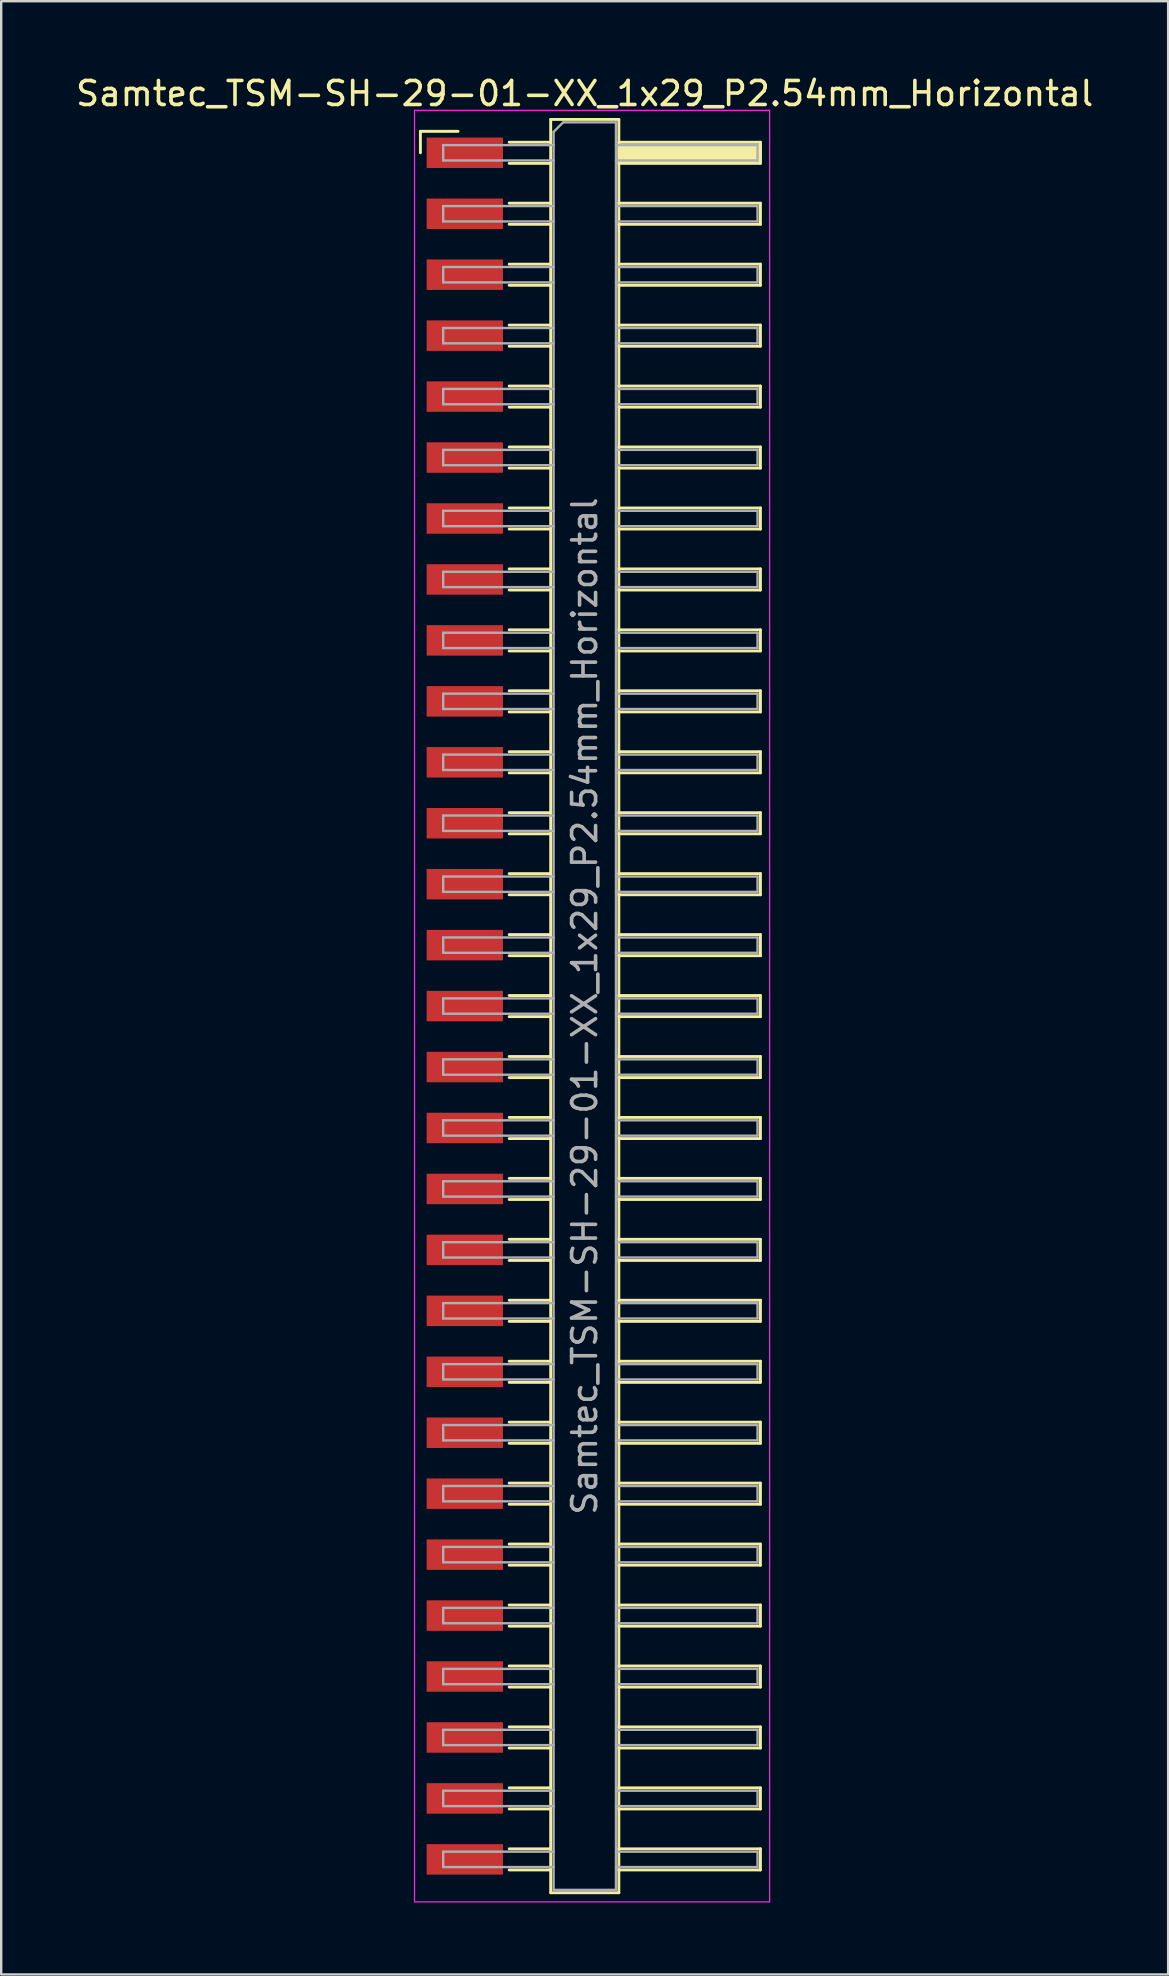
<source format=kicad_pcb>
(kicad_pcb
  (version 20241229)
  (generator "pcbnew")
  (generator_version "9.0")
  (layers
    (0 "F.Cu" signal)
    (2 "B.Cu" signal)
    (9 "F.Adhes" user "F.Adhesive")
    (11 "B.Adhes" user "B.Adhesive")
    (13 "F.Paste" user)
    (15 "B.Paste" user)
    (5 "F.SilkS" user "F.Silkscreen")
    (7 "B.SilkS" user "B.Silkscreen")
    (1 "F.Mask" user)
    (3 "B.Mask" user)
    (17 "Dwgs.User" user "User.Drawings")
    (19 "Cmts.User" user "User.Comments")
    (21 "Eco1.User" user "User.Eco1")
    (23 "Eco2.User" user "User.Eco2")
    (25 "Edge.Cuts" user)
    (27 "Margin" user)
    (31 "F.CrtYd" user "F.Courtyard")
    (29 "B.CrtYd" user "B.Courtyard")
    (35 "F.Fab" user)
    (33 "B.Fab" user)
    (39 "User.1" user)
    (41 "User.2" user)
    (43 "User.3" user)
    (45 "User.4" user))
  (footprint "Samtec_TSM-SH-29-01-XX_1x29_P2.54mm_Horizontal"
    (layer "F.Cu")
    (at 21.505 38.878)
    (property "Reference" "Samtec_TSM-SH-29-01-XX_1x29_P2.54mm_Horizontal" (at -0.19 -38.03 0) (layer "F.SilkS") (effects (font (size 1 1) (thickness 0.15))))
    (attr smd)
    (fp_line (start -7.035 -36.455) (end -5.465 -36.455) (stroke (width 0.12) (type solid)) (layer "F.SilkS"))
    (fp_line (start -7.035 -35.56) (end -7.035 -36.455) (stroke (width 0.12) (type solid)) (layer "F.SilkS"))
    (fp_line (start -3.335 -36) (end -1.605 -36) (stroke (width 0.12) (type solid)) (layer "F.SilkS"))
    (fp_line (start -3.335 -35.12) (end -1.605 -35.12) (stroke (width 0.12) (type solid)) (layer "F.SilkS"))
    (fp_line (start -3.335 -33.46) (end -1.605 -33.46) (stroke (width 0.12) (type solid)) (layer "F.SilkS"))
    (fp_line (start -3.335 -32.58) (end -1.605 -32.58) (stroke (width 0.12) (type solid)) (layer "F.SilkS"))
    (fp_line (start -3.335 -30.92) (end -1.605 -30.92) (stroke (width 0.12) (type solid)) (layer "F.SilkS"))
    (fp_line (start -3.335 -30.04) (end -1.605 -30.04) (stroke (width 0.12) (type solid)) (layer "F.SilkS"))
    (fp_line (start -3.335 -28.38) (end -1.605 -28.38) (stroke (width 0.12) (type solid)) (layer "F.SilkS"))
    (fp_line (start -3.335 -27.5) (end -1.605 -27.5) (stroke (width 0.12) (type solid)) (layer "F.SilkS"))
    (fp_line (start -3.335 -25.84) (end -1.605 -25.84) (stroke (width 0.12) (type solid)) (layer "F.SilkS"))
    (fp_line (start -3.335 -24.96) (end -1.605 -24.96) (stroke (width 0.12) (type solid)) (layer "F.SilkS"))
    (fp_line (start -3.335 -23.3) (end -1.605 -23.3) (stroke (width 0.12) (type solid)) (layer "F.SilkS"))
    (fp_line (start -3.335 -22.42) (end -1.605 -22.42) (stroke (width 0.12) (type solid)) (layer "F.SilkS"))
    (fp_line (start -3.335 -20.76) (end -1.605 -20.76) (stroke (width 0.12) (type solid)) (layer "F.SilkS"))
    (fp_line (start -3.335 -19.88) (end -1.605 -19.88) (stroke (width 0.12) (type solid)) (layer "F.SilkS"))
    (fp_line (start -3.335 -18.22) (end -1.605 -18.22) (stroke (width 0.12) (type solid)) (layer "F.SilkS"))
    (fp_line (start -3.335 -17.34) (end -1.605 -17.34) (stroke (width 0.12) (type solid)) (layer "F.SilkS"))
    (fp_line (start -3.335 -15.68) (end -1.605 -15.68) (stroke (width 0.12) (type solid)) (layer "F.SilkS"))
    (fp_line (start -3.335 -14.8) (end -1.605 -14.8) (stroke (width 0.12) (type solid)) (layer "F.SilkS"))
    (fp_line (start -3.335 -13.14) (end -1.605 -13.14) (stroke (width 0.12) (type solid)) (layer "F.SilkS"))
    (fp_line (start -3.335 -12.26) (end -1.605 -12.26) (stroke (width 0.12) (type solid)) (layer "F.SilkS"))
    (fp_line (start -3.335 -10.6) (end -1.605 -10.6) (stroke (width 0.12) (type solid)) (layer "F.SilkS"))
    (fp_line (start -3.335 -9.72) (end -1.605 -9.72) (stroke (width 0.12) (type solid)) (layer "F.SilkS"))
    (fp_line (start -3.335 -8.06) (end -1.605 -8.06) (stroke (width 0.12) (type solid)) (layer "F.SilkS"))
    (fp_line (start -3.335 -7.18) (end -1.605 -7.18) (stroke (width 0.12) (type solid)) (layer "F.SilkS"))
    (fp_line (start -3.335 -5.52) (end -1.605 -5.52) (stroke (width 0.12) (type solid)) (layer "F.SilkS"))
    (fp_line (start -3.335 -4.64) (end -1.605 -4.64) (stroke (width 0.12) (type solid)) (layer "F.SilkS"))
    (fp_line (start -3.335 -2.98) (end -1.605 -2.98) (stroke (width 0.12) (type solid)) (layer "F.SilkS"))
    (fp_line (start -3.335 -2.1) (end -1.605 -2.1) (stroke (width 0.12) (type solid)) (layer "F.SilkS"))
    (fp_line (start -3.335 -0.44) (end -1.605 -0.44) (stroke (width 0.12) (type solid)) (layer "F.SilkS"))
    (fp_line (start -3.335 0.44) (end -1.605 0.44) (stroke (width 0.12) (type solid)) (layer "F.SilkS"))
    (fp_line (start -3.335 2.1) (end -1.605 2.1) (stroke (width 0.12) (type solid)) (layer "F.SilkS"))
    (fp_line (start -3.335 2.98) (end -1.605 2.98) (stroke (width 0.12) (type solid)) (layer "F.SilkS"))
    (fp_line (start -3.335 4.64) (end -1.605 4.64) (stroke (width 0.12) (type solid)) (layer "F.SilkS"))
    (fp_line (start -3.335 5.52) (end -1.605 5.52) (stroke (width 0.12) (type solid)) (layer "F.SilkS"))
    (fp_line (start -3.335 7.18) (end -1.605 7.18) (stroke (width 0.12) (type solid)) (layer "F.SilkS"))
    (fp_line (start -3.335 8.06) (end -1.605 8.06) (stroke (width 0.12) (type solid)) (layer "F.SilkS"))
    (fp_line (start -3.335 9.72) (end -1.605 9.72) (stroke (width 0.12) (type solid)) (layer "F.SilkS"))
    (fp_line (start -3.335 10.6) (end -1.605 10.6) (stroke (width 0.12) (type solid)) (layer "F.SilkS"))
    (fp_line (start -3.335 12.26) (end -1.605 12.26) (stroke (width 0.12) (type solid)) (layer "F.SilkS"))
    (fp_line (start -3.335 13.14) (end -1.605 13.14) (stroke (width 0.12) (type solid)) (layer "F.SilkS"))
    (fp_line (start -3.335 14.8) (end -1.605 14.8) (stroke (width 0.12) (type solid)) (layer "F.SilkS"))
    (fp_line (start -3.335 15.68) (end -1.605 15.68) (stroke (width 0.12) (type solid)) (layer "F.SilkS"))
    (fp_line (start -3.335 17.34) (end -1.605 17.34) (stroke (width 0.12) (type solid)) (layer "F.SilkS"))
    (fp_line (start -3.335 18.22) (end -1.605 18.22) (stroke (width 0.12) (type solid)) (layer "F.SilkS"))
    (fp_line (start -3.335 19.88) (end -1.605 19.88) (stroke (width 0.12) (type solid)) (layer "F.SilkS"))
    (fp_line (start -3.335 20.76) (end -1.605 20.76) (stroke (width 0.12) (type solid)) (layer "F.SilkS"))
    (fp_line (start -3.335 22.42) (end -1.605 22.42) (stroke (width 0.12) (type solid)) (layer "F.SilkS"))
    (fp_line (start -3.335 23.3) (end -1.605 23.3) (stroke (width 0.12) (type solid)) (layer "F.SilkS"))
    (fp_line (start -3.335 24.96) (end -1.605 24.96) (stroke (width 0.12) (type solid)) (layer "F.SilkS"))
    (fp_line (start -3.335 25.84) (end -1.605 25.84) (stroke (width 0.12) (type solid)) (layer "F.SilkS"))
    (fp_line (start -3.335 27.5) (end -1.605 27.5) (stroke (width 0.12) (type solid)) (layer "F.SilkS"))
    (fp_line (start -3.335 28.38) (end -1.605 28.38) (stroke (width 0.12) (type solid)) (layer "F.SilkS"))
    (fp_line (start -3.335 30.04) (end -1.605 30.04) (stroke (width 0.12) (type solid)) (layer "F.SilkS"))
    (fp_line (start -3.335 30.92) (end -1.605 30.92) (stroke (width 0.12) (type solid)) (layer "F.SilkS"))
    (fp_line (start -3.335 32.58) (end -1.605 32.58) (stroke (width 0.12) (type solid)) (layer "F.SilkS"))
    (fp_line (start -3.335 33.46) (end -1.605 33.46) (stroke (width 0.12) (type solid)) (layer "F.SilkS"))
    (fp_line (start -3.335 35.12) (end -1.605 35.12) (stroke (width 0.12) (type solid)) (layer "F.SilkS"))
    (fp_line (start -3.335 36) (end -1.605 36) (stroke (width 0.12) (type solid)) (layer "F.SilkS"))
    (fp_line (start -1.605 -36.95) (end 1.235 -36.95) (stroke (width 0.12) (type solid)) (layer "F.SilkS"))
    (fp_line (start -1.605 36.95) (end -1.605 -36.95) (stroke (width 0.12) (type solid)) (layer "F.SilkS"))
    (fp_line (start 1.235 -36.95) (end 1.235 36.95) (stroke (width 0.12) (type solid)) (layer "F.SilkS"))
    (fp_line (start 1.235 -36) (end 7.135 -36) (stroke (width 0.12) (type solid)) (layer "F.SilkS"))
    (fp_line (start 1.235 -33.46) (end 7.135 -33.46) (stroke (width 0.12) (type solid)) (layer "F.SilkS"))
    (fp_line (start 1.235 -30.92) (end 7.135 -30.92) (stroke (width 0.12) (type solid)) (layer "F.SilkS"))
    (fp_line (start 1.235 -28.38) (end 7.135 -28.38) (stroke (width 0.12) (type solid)) (layer "F.SilkS"))
    (fp_line (start 1.235 -25.84) (end 7.135 -25.84) (stroke (width 0.12) (type solid)) (layer "F.SilkS"))
    (fp_line (start 1.235 -23.3) (end 7.135 -23.3) (stroke (width 0.12) (type solid)) (layer "F.SilkS"))
    (fp_line (start 1.235 -20.76) (end 7.135 -20.76) (stroke (width 0.12) (type solid)) (layer "F.SilkS"))
    (fp_line (start 1.235 -18.22) (end 7.135 -18.22) (stroke (width 0.12) (type solid)) (layer "F.SilkS"))
    (fp_line (start 1.235 -15.68) (end 7.135 -15.68) (stroke (width 0.12) (type solid)) (layer "F.SilkS"))
    (fp_line (start 1.235 -13.14) (end 7.135 -13.14) (stroke (width 0.12) (type solid)) (layer "F.SilkS"))
    (fp_line (start 1.235 -10.6) (end 7.135 -10.6) (stroke (width 0.12) (type solid)) (layer "F.SilkS"))
    (fp_line (start 1.235 -8.06) (end 7.135 -8.06) (stroke (width 0.12) (type solid)) (layer "F.SilkS"))
    (fp_line (start 1.235 -5.52) (end 7.135 -5.52) (stroke (width 0.12) (type solid)) (layer "F.SilkS"))
    (fp_line (start 1.235 -2.98) (end 7.135 -2.98) (stroke (width 0.12) (type solid)) (layer "F.SilkS"))
    (fp_line (start 1.235 -0.44) (end 7.135 -0.44) (stroke (width 0.12) (type solid)) (layer "F.SilkS"))
    (fp_line (start 1.235 2.1) (end 7.135 2.1) (stroke (width 0.12) (type solid)) (layer "F.SilkS"))
    (fp_line (start 1.235 4.64) (end 7.135 4.64) (stroke (width 0.12) (type solid)) (layer "F.SilkS"))
    (fp_line (start 1.235 7.18) (end 7.135 7.18) (stroke (width 0.12) (type solid)) (layer "F.SilkS"))
    (fp_line (start 1.235 9.72) (end 7.135 9.72) (stroke (width 0.12) (type solid)) (layer "F.SilkS"))
    (fp_line (start 1.235 12.26) (end 7.135 12.26) (stroke (width 0.12) (type solid)) (layer "F.SilkS"))
    (fp_line (start 1.235 14.8) (end 7.135 14.8) (stroke (width 0.12) (type solid)) (layer "F.SilkS"))
    (fp_line (start 1.235 17.34) (end 7.135 17.34) (stroke (width 0.12) (type solid)) (layer "F.SilkS"))
    (fp_line (start 1.235 19.88) (end 7.135 19.88) (stroke (width 0.12) (type solid)) (layer "F.SilkS"))
    (fp_line (start 1.235 22.42) (end 7.135 22.42) (stroke (width 0.12) (type solid)) (layer "F.SilkS"))
    (fp_line (start 1.235 24.96) (end 7.135 24.96) (stroke (width 0.12) (type solid)) (layer "F.SilkS"))
    (fp_line (start 1.235 27.5) (end 7.135 27.5) (stroke (width 0.12) (type solid)) (layer "F.SilkS"))
    (fp_line (start 1.235 30.04) (end 7.135 30.04) (stroke (width 0.12) (type solid)) (layer "F.SilkS"))
    (fp_line (start 1.235 32.58) (end 7.135 32.58) (stroke (width 0.12) (type solid)) (layer "F.SilkS"))
    (fp_line (start 1.235 35.12) (end 7.135 35.12) (stroke (width 0.12) (type solid)) (layer "F.SilkS"))
    (fp_line (start 1.235 36.95) (end -1.605 36.95) (stroke (width 0.12) (type solid)) (layer "F.SilkS"))
    (fp_line (start 7.135 -36) (end 7.135 -35.12) (stroke (width 0.12) (type solid)) (layer "F.SilkS"))
    (fp_line (start 7.135 -35.12) (end 1.235 -35.12) (stroke (width 0.12) (type solid)) (layer "F.SilkS"))
    (fp_line (start 7.135 -33.46) (end 7.135 -32.58) (stroke (width 0.12) (type solid)) (layer "F.SilkS"))
    (fp_line (start 7.135 -32.58) (end 1.235 -32.58) (stroke (width 0.12) (type solid)) (layer "F.SilkS"))
    (fp_line (start 7.135 -30.92) (end 7.135 -30.04) (stroke (width 0.12) (type solid)) (layer "F.SilkS"))
    (fp_line (start 7.135 -30.04) (end 1.235 -30.04) (stroke (width 0.12) (type solid)) (layer "F.SilkS"))
    (fp_line (start 7.135 -28.38) (end 7.135 -27.5) (stroke (width 0.12) (type solid)) (layer "F.SilkS"))
    (fp_line (start 7.135 -27.5) (end 1.235 -27.5) (stroke (width 0.12) (type solid)) (layer "F.SilkS"))
    (fp_line (start 7.135 -25.84) (end 7.135 -24.96) (stroke (width 0.12) (type solid)) (layer "F.SilkS"))
    (fp_line (start 7.135 -24.96) (end 1.235 -24.96) (stroke (width 0.12) (type solid)) (layer "F.SilkS"))
    (fp_line (start 7.135 -23.3) (end 7.135 -22.42) (stroke (width 0.12) (type solid)) (layer "F.SilkS"))
    (fp_line (start 7.135 -22.42) (end 1.235 -22.42) (stroke (width 0.12) (type solid)) (layer "F.SilkS"))
    (fp_line (start 7.135 -20.76) (end 7.135 -19.88) (stroke (width 0.12) (type solid)) (layer "F.SilkS"))
    (fp_line (start 7.135 -19.88) (end 1.235 -19.88) (stroke (width 0.12) (type solid)) (layer "F.SilkS"))
    (fp_line (start 7.135 -18.22) (end 7.135 -17.34) (stroke (width 0.12) (type solid)) (layer "F.SilkS"))
    (fp_line (start 7.135 -17.34) (end 1.235 -17.34) (stroke (width 0.12) (type solid)) (layer "F.SilkS"))
    (fp_line (start 7.135 -15.68) (end 7.135 -14.8) (stroke (width 0.12) (type solid)) (layer "F.SilkS"))
    (fp_line (start 7.135 -14.8) (end 1.235 -14.8) (stroke (width 0.12) (type solid)) (layer "F.SilkS"))
    (fp_line (start 7.135 -13.14) (end 7.135 -12.26) (stroke (width 0.12) (type solid)) (layer "F.SilkS"))
    (fp_line (start 7.135 -12.26) (end 1.235 -12.26) (stroke (width 0.12) (type solid)) (layer "F.SilkS"))
    (fp_line (start 7.135 -10.6) (end 7.135 -9.72) (stroke (width 0.12) (type solid)) (layer "F.SilkS"))
    (fp_line (start 7.135 -9.72) (end 1.235 -9.72) (stroke (width 0.12) (type solid)) (layer "F.SilkS"))
    (fp_line (start 7.135 -8.06) (end 7.135 -7.18) (stroke (width 0.12) (type solid)) (layer "F.SilkS"))
    (fp_line (start 7.135 -7.18) (end 1.235 -7.18) (stroke (width 0.12) (type solid)) (layer "F.SilkS"))
    (fp_line (start 7.135 -5.52) (end 7.135 -4.64) (stroke (width 0.12) (type solid)) (layer "F.SilkS"))
    (fp_line (start 7.135 -4.64) (end 1.235 -4.64) (stroke (width 0.12) (type solid)) (layer "F.SilkS"))
    (fp_line (start 7.135 -2.98) (end 7.135 -2.1) (stroke (width 0.12) (type solid)) (layer "F.SilkS"))
    (fp_line (start 7.135 -2.1) (end 1.235 -2.1) (stroke (width 0.12) (type solid)) (layer "F.SilkS"))
    (fp_line (start 7.135 -0.44) (end 7.135 0.44) (stroke (width 0.12) (type solid)) (layer "F.SilkS"))
    (fp_line (start 7.135 0.44) (end 1.235 0.44) (stroke (width 0.12) (type solid)) (layer "F.SilkS"))
    (fp_line (start 7.135 2.1) (end 7.135 2.98) (stroke (width 0.12) (type solid)) (layer "F.SilkS"))
    (fp_line (start 7.135 2.98) (end 1.235 2.98) (stroke (width 0.12) (type solid)) (layer "F.SilkS"))
    (fp_line (start 7.135 4.64) (end 7.135 5.52) (stroke (width 0.12) (type solid)) (layer "F.SilkS"))
    (fp_line (start 7.135 5.52) (end 1.235 5.52) (stroke (width 0.12) (type solid)) (layer "F.SilkS"))
    (fp_line (start 7.135 7.18) (end 7.135 8.06) (stroke (width 0.12) (type solid)) (layer "F.SilkS"))
    (fp_line (start 7.135 8.06) (end 1.235 8.06) (stroke (width 0.12) (type solid)) (layer "F.SilkS"))
    (fp_line (start 7.135 9.72) (end 7.135 10.6) (stroke (width 0.12) (type solid)) (layer "F.SilkS"))
    (fp_line (start 7.135 10.6) (end 1.235 10.6) (stroke (width 0.12) (type solid)) (layer "F.SilkS"))
    (fp_line (start 7.135 12.26) (end 7.135 13.14) (stroke (width 0.12) (type solid)) (layer "F.SilkS"))
    (fp_line (start 7.135 13.14) (end 1.235 13.14) (stroke (width 0.12) (type solid)) (layer "F.SilkS"))
    (fp_line (start 7.135 14.8) (end 7.135 15.68) (stroke (width 0.12) (type solid)) (layer "F.SilkS"))
    (fp_line (start 7.135 15.68) (end 1.235 15.68) (stroke (width 0.12) (type solid)) (layer "F.SilkS"))
    (fp_line (start 7.135 17.34) (end 7.135 18.22) (stroke (width 0.12) (type solid)) (layer "F.SilkS"))
    (fp_line (start 7.135 18.22) (end 1.235 18.22) (stroke (width 0.12) (type solid)) (layer "F.SilkS"))
    (fp_line (start 7.135 19.88) (end 7.135 20.76) (stroke (width 0.12) (type solid)) (layer "F.SilkS"))
    (fp_line (start 7.135 20.76) (end 1.235 20.76) (stroke (width 0.12) (type solid)) (layer "F.SilkS"))
    (fp_line (start 7.135 22.42) (end 7.135 23.3) (stroke (width 0.12) (type solid)) (layer "F.SilkS"))
    (fp_line (start 7.135 23.3) (end 1.235 23.3) (stroke (width 0.12) (type solid)) (layer "F.SilkS"))
    (fp_line (start 7.135 24.96) (end 7.135 25.84) (stroke (width 0.12) (type solid)) (layer "F.SilkS"))
    (fp_line (start 7.135 25.84) (end 1.235 25.84) (stroke (width 0.12) (type solid)) (layer "F.SilkS"))
    (fp_line (start 7.135 27.5) (end 7.135 28.38) (stroke (width 0.12) (type solid)) (layer "F.SilkS"))
    (fp_line (start 7.135 28.38) (end 1.235 28.38) (stroke (width 0.12) (type solid)) (layer "F.SilkS"))
    (fp_line (start 7.135 30.04) (end 7.135 30.92) (stroke (width 0.12) (type solid)) (layer "F.SilkS"))
    (fp_line (start 7.135 30.92) (end 1.235 30.92) (stroke (width 0.12) (type solid)) (layer "F.SilkS"))
    (fp_line (start 7.135 32.58) (end 7.135 33.46) (stroke (width 0.12) (type solid)) (layer "F.SilkS"))
    (fp_line (start 7.135 33.46) (end 1.235 33.46) (stroke (width 0.12) (type solid)) (layer "F.SilkS"))
    (fp_line (start 7.135 35.12) (end 7.135 36) (stroke (width 0.12) (type solid)) (layer "F.SilkS"))
    (fp_line (start 7.135 36) (end 1.235 36) (stroke (width 0.12) (type solid)) (layer "F.SilkS"))
    (fp_line (start -7.28 -37.33) (end 7.52 -37.33) (stroke (width 0.05) (type solid)) (layer "F.CrtYd"))
    (fp_line (start -7.28 37.33) (end -7.28 -37.33) (stroke (width 0.05) (type solid)) (layer "F.CrtYd"))
    (fp_line (start 7.52 -37.33) (end 7.52 37.33) (stroke (width 0.05) (type solid)) (layer "F.CrtYd"))
    (fp_line (start 7.52 37.33) (end -7.28 37.33) (stroke (width 0.05) (type solid)) (layer "F.CrtYd"))
    (fp_line (start -6.085 -35.88) (end -6.085 -35.24) (stroke (width 0.1) (type solid)) (layer "F.Fab"))
    (fp_line (start -6.085 -35.24) (end -1.485 -35.24) (stroke (width 0.1) (type solid)) (layer "F.Fab"))
    (fp_line (start -6.085 -33.34) (end -6.085 -32.7) (stroke (width 0.1) (type solid)) (layer "F.Fab"))
    (fp_line (start -6.085 -32.7) (end -1.485 -32.7) (stroke (width 0.1) (type solid)) (layer "F.Fab"))
    (fp_line (start -6.085 -30.8) (end -6.085 -30.16) (stroke (width 0.1) (type solid)) (layer "F.Fab"))
    (fp_line (start -6.085 -30.16) (end -1.485 -30.16) (stroke (width 0.1) (type solid)) (layer "F.Fab"))
    (fp_line (start -6.085 -28.26) (end -6.085 -27.62) (stroke (width 0.1) (type solid)) (layer "F.Fab"))
    (fp_line (start -6.085 -27.62) (end -1.485 -27.62) (stroke (width 0.1) (type solid)) (layer "F.Fab"))
    (fp_line (start -6.085 -25.72) (end -6.085 -25.08) (stroke (width 0.1) (type solid)) (layer "F.Fab"))
    (fp_line (start -6.085 -25.08) (end -1.485 -25.08) (stroke (width 0.1) (type solid)) (layer "F.Fab"))
    (fp_line (start -6.085 -23.18) (end -6.085 -22.54) (stroke (width 0.1) (type solid)) (layer "F.Fab"))
    (fp_line (start -6.085 -22.54) (end -1.485 -22.54) (stroke (width 0.1) (type solid)) (layer "F.Fab"))
    (fp_line (start -6.085 -20.64) (end -6.085 -20) (stroke (width 0.1) (type solid)) (layer "F.Fab"))
    (fp_line (start -6.085 -20) (end -1.485 -20) (stroke (width 0.1) (type solid)) (layer "F.Fab"))
    (fp_line (start -6.085 -18.1) (end -6.085 -17.46) (stroke (width 0.1) (type solid)) (layer "F.Fab"))
    (fp_line (start -6.085 -17.46) (end -1.485 -17.46) (stroke (width 0.1) (type solid)) (layer "F.Fab"))
    (fp_line (start -6.085 -15.56) (end -6.085 -14.92) (stroke (width 0.1) (type solid)) (layer "F.Fab"))
    (fp_line (start -6.085 -14.92) (end -1.485 -14.92) (stroke (width 0.1) (type solid)) (layer "F.Fab"))
    (fp_line (start -6.085 -13.02) (end -6.085 -12.38) (stroke (width 0.1) (type solid)) (layer "F.Fab"))
    (fp_line (start -6.085 -12.38) (end -1.485 -12.38) (stroke (width 0.1) (type solid)) (layer "F.Fab"))
    (fp_line (start -6.085 -10.48) (end -6.085 -9.84) (stroke (width 0.1) (type solid)) (layer "F.Fab"))
    (fp_line (start -6.085 -9.84) (end -1.485 -9.84) (stroke (width 0.1) (type solid)) (layer "F.Fab"))
    (fp_line (start -6.085 -7.94) (end -6.085 -7.3) (stroke (width 0.1) (type solid)) (layer "F.Fab"))
    (fp_line (start -6.085 -7.3) (end -1.485 -7.3) (stroke (width 0.1) (type solid)) (layer "F.Fab"))
    (fp_line (start -6.085 -5.4) (end -6.085 -4.76) (stroke (width 0.1) (type solid)) (layer "F.Fab"))
    (fp_line (start -6.085 -4.76) (end -1.485 -4.76) (stroke (width 0.1) (type solid)) (layer "F.Fab"))
    (fp_line (start -6.085 -2.86) (end -6.085 -2.22) (stroke (width 0.1) (type solid)) (layer "F.Fab"))
    (fp_line (start -6.085 -2.22) (end -1.485 -2.22) (stroke (width 0.1) (type solid)) (layer "F.Fab"))
    (fp_line (start -6.085 -0.32) (end -6.085 0.32) (stroke (width 0.1) (type solid)) (layer "F.Fab"))
    (fp_line (start -6.085 0.32) (end -1.485 0.32) (stroke (width 0.1) (type solid)) (layer "F.Fab"))
    (fp_line (start -6.085 2.22) (end -6.085 2.86) (stroke (width 0.1) (type solid)) (layer "F.Fab"))
    (fp_line (start -6.085 2.86) (end -1.485 2.86) (stroke (width 0.1) (type solid)) (layer "F.Fab"))
    (fp_line (start -6.085 4.76) (end -6.085 5.4) (stroke (width 0.1) (type solid)) (layer "F.Fab"))
    (fp_line (start -6.085 5.4) (end -1.485 5.4) (stroke (width 0.1) (type solid)) (layer "F.Fab"))
    (fp_line (start -6.085 7.3) (end -6.085 7.94) (stroke (width 0.1) (type solid)) (layer "F.Fab"))
    (fp_line (start -6.085 7.94) (end -1.485 7.94) (stroke (width 0.1) (type solid)) (layer "F.Fab"))
    (fp_line (start -6.085 9.84) (end -6.085 10.48) (stroke (width 0.1) (type solid)) (layer "F.Fab"))
    (fp_line (start -6.085 10.48) (end -1.485 10.48) (stroke (width 0.1) (type solid)) (layer "F.Fab"))
    (fp_line (start -6.085 12.38) (end -6.085 13.02) (stroke (width 0.1) (type solid)) (layer "F.Fab"))
    (fp_line (start -6.085 13.02) (end -1.485 13.02) (stroke (width 0.1) (type solid)) (layer "F.Fab"))
    (fp_line (start -6.085 14.92) (end -6.085 15.56) (stroke (width 0.1) (type solid)) (layer "F.Fab"))
    (fp_line (start -6.085 15.56) (end -1.485 15.56) (stroke (width 0.1) (type solid)) (layer "F.Fab"))
    (fp_line (start -6.085 17.46) (end -6.085 18.1) (stroke (width 0.1) (type solid)) (layer "F.Fab"))
    (fp_line (start -6.085 18.1) (end -1.485 18.1) (stroke (width 0.1) (type solid)) (layer "F.Fab"))
    (fp_line (start -6.085 20) (end -6.085 20.64) (stroke (width 0.1) (type solid)) (layer "F.Fab"))
    (fp_line (start -6.085 20.64) (end -1.485 20.64) (stroke (width 0.1) (type solid)) (layer "F.Fab"))
    (fp_line (start -6.085 22.54) (end -6.085 23.18) (stroke (width 0.1) (type solid)) (layer "F.Fab"))
    (fp_line (start -6.085 23.18) (end -1.485 23.18) (stroke (width 0.1) (type solid)) (layer "F.Fab"))
    (fp_line (start -6.085 25.08) (end -6.085 25.72) (stroke (width 0.1) (type solid)) (layer "F.Fab"))
    (fp_line (start -6.085 25.72) (end -1.485 25.72) (stroke (width 0.1) (type solid)) (layer "F.Fab"))
    (fp_line (start -6.085 27.62) (end -6.085 28.26) (stroke (width 0.1) (type solid)) (layer "F.Fab"))
    (fp_line (start -6.085 28.26) (end -1.485 28.26) (stroke (width 0.1) (type solid)) (layer "F.Fab"))
    (fp_line (start -6.085 30.16) (end -6.085 30.8) (stroke (width 0.1) (type solid)) (layer "F.Fab"))
    (fp_line (start -6.085 30.8) (end -1.485 30.8) (stroke (width 0.1) (type solid)) (layer "F.Fab"))
    (fp_line (start -6.085 32.7) (end -6.085 33.34) (stroke (width 0.1) (type solid)) (layer "F.Fab"))
    (fp_line (start -6.085 33.34) (end -1.485 33.34) (stroke (width 0.1) (type solid)) (layer "F.Fab"))
    (fp_line (start -6.085 35.24) (end -6.085 35.88) (stroke (width 0.1) (type solid)) (layer "F.Fab"))
    (fp_line (start -6.085 35.88) (end -1.485 35.88) (stroke (width 0.1) (type solid)) (layer "F.Fab"))
    (fp_line (start -1.485 -36.43) (end -1.085 -36.83) (stroke (width 0.1) (type solid)) (layer "F.Fab"))
    (fp_line (start -1.485 -35.88) (end -6.085 -35.88) (stroke (width 0.1) (type solid)) (layer "F.Fab"))
    (fp_line (start -1.485 -33.34) (end -6.085 -33.34) (stroke (width 0.1) (type solid)) (layer "F.Fab"))
    (fp_line (start -1.485 -30.8) (end -6.085 -30.8) (stroke (width 0.1) (type solid)) (layer "F.Fab"))
    (fp_line (start -1.485 -28.26) (end -6.085 -28.26) (stroke (width 0.1) (type solid)) (layer "F.Fab"))
    (fp_line (start -1.485 -25.72) (end -6.085 -25.72) (stroke (width 0.1) (type solid)) (layer "F.Fab"))
    (fp_line (start -1.485 -23.18) (end -6.085 -23.18) (stroke (width 0.1) (type solid)) (layer "F.Fab"))
    (fp_line (start -1.485 -20.64) (end -6.085 -20.64) (stroke (width 0.1) (type solid)) (layer "F.Fab"))
    (fp_line (start -1.485 -18.1) (end -6.085 -18.1) (stroke (width 0.1) (type solid)) (layer "F.Fab"))
    (fp_line (start -1.485 -15.56) (end -6.085 -15.56) (stroke (width 0.1) (type solid)) (layer "F.Fab"))
    (fp_line (start -1.485 -13.02) (end -6.085 -13.02) (stroke (width 0.1) (type solid)) (layer "F.Fab"))
    (fp_line (start -1.485 -10.48) (end -6.085 -10.48) (stroke (width 0.1) (type solid)) (layer "F.Fab"))
    (fp_line (start -1.485 -7.94) (end -6.085 -7.94) (stroke (width 0.1) (type solid)) (layer "F.Fab"))
    (fp_line (start -1.485 -5.4) (end -6.085 -5.4) (stroke (width 0.1) (type solid)) (layer "F.Fab"))
    (fp_line (start -1.485 -2.86) (end -6.085 -2.86) (stroke (width 0.1) (type solid)) (layer "F.Fab"))
    (fp_line (start -1.485 -0.32) (end -6.085 -0.32) (stroke (width 0.1) (type solid)) (layer "F.Fab"))
    (fp_line (start -1.485 2.22) (end -6.085 2.22) (stroke (width 0.1) (type solid)) (layer "F.Fab"))
    (fp_line (start -1.485 4.76) (end -6.085 4.76) (stroke (width 0.1) (type solid)) (layer "F.Fab"))
    (fp_line (start -1.485 7.3) (end -6.085 7.3) (stroke (width 0.1) (type solid)) (layer "F.Fab"))
    (fp_line (start -1.485 9.84) (end -6.085 9.84) (stroke (width 0.1) (type solid)) (layer "F.Fab"))
    (fp_line (start -1.485 12.38) (end -6.085 12.38) (stroke (width 0.1) (type solid)) (layer "F.Fab"))
    (fp_line (start -1.485 14.92) (end -6.085 14.92) (stroke (width 0.1) (type solid)) (layer "F.Fab"))
    (fp_line (start -1.485 17.46) (end -6.085 17.46) (stroke (width 0.1) (type solid)) (layer "F.Fab"))
    (fp_line (start -1.485 20) (end -6.085 20) (stroke (width 0.1) (type solid)) (layer "F.Fab"))
    (fp_line (start -1.485 22.54) (end -6.085 22.54) (stroke (width 0.1) (type solid)) (layer "F.Fab"))
    (fp_line (start -1.485 25.08) (end -6.085 25.08) (stroke (width 0.1) (type solid)) (layer "F.Fab"))
    (fp_line (start -1.485 27.62) (end -6.085 27.62) (stroke (width 0.1) (type solid)) (layer "F.Fab"))
    (fp_line (start -1.485 30.16) (end -6.085 30.16) (stroke (width 0.1) (type solid)) (layer "F.Fab"))
    (fp_line (start -1.485 32.7) (end -6.085 32.7) (stroke (width 0.1) (type solid)) (layer "F.Fab"))
    (fp_line (start -1.485 35.24) (end -6.085 35.24) (stroke (width 0.1) (type solid)) (layer "F.Fab"))
    (fp_line (start -1.485 36.83) (end -1.485 -36.43) (stroke (width 0.1) (type solid)) (layer "F.Fab"))
    (fp_line (start -1.085 -36.83) (end 1.115 -36.83) (stroke (width 0.1) (type solid)) (layer "F.Fab"))
    (fp_line (start 1.115 -36.83) (end 1.115 36.83) (stroke (width 0.1) (type solid)) (layer "F.Fab"))
    (fp_line (start 1.115 -35.88) (end 7.015 -35.88) (stroke (width 0.1) (type solid)) (layer "F.Fab"))
    (fp_line (start 1.115 -33.34) (end 7.015 -33.34) (stroke (width 0.1) (type solid)) (layer "F.Fab"))
    (fp_line (start 1.115 -30.8) (end 7.015 -30.8) (stroke (width 0.1) (type solid)) (layer "F.Fab"))
    (fp_line (start 1.115 -28.26) (end 7.015 -28.26) (stroke (width 0.1) (type solid)) (layer "F.Fab"))
    (fp_line (start 1.115 -25.72) (end 7.015 -25.72) (stroke (width 0.1) (type solid)) (layer "F.Fab"))
    (fp_line (start 1.115 -23.18) (end 7.015 -23.18) (stroke (width 0.1) (type solid)) (layer "F.Fab"))
    (fp_line (start 1.115 -20.64) (end 7.015 -20.64) (stroke (width 0.1) (type solid)) (layer "F.Fab"))
    (fp_line (start 1.115 -18.1) (end 7.015 -18.1) (stroke (width 0.1) (type solid)) (layer "F.Fab"))
    (fp_line (start 1.115 -15.56) (end 7.015 -15.56) (stroke (width 0.1) (type solid)) (layer "F.Fab"))
    (fp_line (start 1.115 -13.02) (end 7.015 -13.02) (stroke (width 0.1) (type solid)) (layer "F.Fab"))
    (fp_line (start 1.115 -10.48) (end 7.015 -10.48) (stroke (width 0.1) (type solid)) (layer "F.Fab"))
    (fp_line (start 1.115 -7.94) (end 7.015 -7.94) (stroke (width 0.1) (type solid)) (layer "F.Fab"))
    (fp_line (start 1.115 -5.4) (end 7.015 -5.4) (stroke (width 0.1) (type solid)) (layer "F.Fab"))
    (fp_line (start 1.115 -2.86) (end 7.015 -2.86) (stroke (width 0.1) (type solid)) (layer "F.Fab"))
    (fp_line (start 1.115 -0.32) (end 7.015 -0.32) (stroke (width 0.1) (type solid)) (layer "F.Fab"))
    (fp_line (start 1.115 2.22) (end 7.015 2.22) (stroke (width 0.1) (type solid)) (layer "F.Fab"))
    (fp_line (start 1.115 4.76) (end 7.015 4.76) (stroke (width 0.1) (type solid)) (layer "F.Fab"))
    (fp_line (start 1.115 7.3) (end 7.015 7.3) (stroke (width 0.1) (type solid)) (layer "F.Fab"))
    (fp_line (start 1.115 9.84) (end 7.015 9.84) (stroke (width 0.1) (type solid)) (layer "F.Fab"))
    (fp_line (start 1.115 12.38) (end 7.015 12.38) (stroke (width 0.1) (type solid)) (layer "F.Fab"))
    (fp_line (start 1.115 14.92) (end 7.015 14.92) (stroke (width 0.1) (type solid)) (layer "F.Fab"))
    (fp_line (start 1.115 17.46) (end 7.015 17.46) (stroke (width 0.1) (type solid)) (layer "F.Fab"))
    (fp_line (start 1.115 20) (end 7.015 20) (stroke (width 0.1) (type solid)) (layer "F.Fab"))
    (fp_line (start 1.115 22.54) (end 7.015 22.54) (stroke (width 0.1) (type solid)) (layer "F.Fab"))
    (fp_line (start 1.115 25.08) (end 7.015 25.08) (stroke (width 0.1) (type solid)) (layer "F.Fab"))
    (fp_line (start 1.115 27.62) (end 7.015 27.62) (stroke (width 0.1) (type solid)) (layer "F.Fab"))
    (fp_line (start 1.115 30.16) (end 7.015 30.16) (stroke (width 0.1) (type solid)) (layer "F.Fab"))
    (fp_line (start 1.115 32.7) (end 7.015 32.7) (stroke (width 0.1) (type solid)) (layer "F.Fab"))
    (fp_line (start 1.115 35.24) (end 7.015 35.24) (stroke (width 0.1) (type solid)) (layer "F.Fab"))
    (fp_line (start 1.115 36.83) (end -1.485 36.83) (stroke (width 0.1) (type solid)) (layer "F.Fab"))
    (fp_line (start 7.015 -35.88) (end 7.015 -35.24) (stroke (width 0.1) (type solid)) (layer "F.Fab"))
    (fp_line (start 7.015 -35.24) (end 1.115 -35.24) (stroke (width 0.1) (type solid)) (layer "F.Fab"))
    (fp_line (start 7.015 -33.34) (end 7.015 -32.7) (stroke (width 0.1) (type solid)) (layer "F.Fab"))
    (fp_line (start 7.015 -32.7) (end 1.115 -32.7) (stroke (width 0.1) (type solid)) (layer "F.Fab"))
    (fp_line (start 7.015 -30.8) (end 7.015 -30.16) (stroke (width 0.1) (type solid)) (layer "F.Fab"))
    (fp_line (start 7.015 -30.16) (end 1.115 -30.16) (stroke (width 0.1) (type solid)) (layer "F.Fab"))
    (fp_line (start 7.015 -28.26) (end 7.015 -27.62) (stroke (width 0.1) (type solid)) (layer "F.Fab"))
    (fp_line (start 7.015 -27.62) (end 1.115 -27.62) (stroke (width 0.1) (type solid)) (layer "F.Fab"))
    (fp_line (start 7.015 -25.72) (end 7.015 -25.08) (stroke (width 0.1) (type solid)) (layer "F.Fab"))
    (fp_line (start 7.015 -25.08) (end 1.115 -25.08) (stroke (width 0.1) (type solid)) (layer "F.Fab"))
    (fp_line (start 7.015 -23.18) (end 7.015 -22.54) (stroke (width 0.1) (type solid)) (layer "F.Fab"))
    (fp_line (start 7.015 -22.54) (end 1.115 -22.54) (stroke (width 0.1) (type solid)) (layer "F.Fab"))
    (fp_line (start 7.015 -20.64) (end 7.015 -20) (stroke (width 0.1) (type solid)) (layer "F.Fab"))
    (fp_line (start 7.015 -20) (end 1.115 -20) (stroke (width 0.1) (type solid)) (layer "F.Fab"))
    (fp_line (start 7.015 -18.1) (end 7.015 -17.46) (stroke (width 0.1) (type solid)) (layer "F.Fab"))
    (fp_line (start 7.015 -17.46) (end 1.115 -17.46) (stroke (width 0.1) (type solid)) (layer "F.Fab"))
    (fp_line (start 7.015 -15.56) (end 7.015 -14.92) (stroke (width 0.1) (type solid)) (layer "F.Fab"))
    (fp_line (start 7.015 -14.92) (end 1.115 -14.92) (stroke (width 0.1) (type solid)) (layer "F.Fab"))
    (fp_line (start 7.015 -13.02) (end 7.015 -12.38) (stroke (width 0.1) (type solid)) (layer "F.Fab"))
    (fp_line (start 7.015 -12.38) (end 1.115 -12.38) (stroke (width 0.1) (type solid)) (layer "F.Fab"))
    (fp_line (start 7.015 -10.48) (end 7.015 -9.84) (stroke (width 0.1) (type solid)) (layer "F.Fab"))
    (fp_line (start 7.015 -9.84) (end 1.115 -9.84) (stroke (width 0.1) (type solid)) (layer "F.Fab"))
    (fp_line (start 7.015 -7.94) (end 7.015 -7.3) (stroke (width 0.1) (type solid)) (layer "F.Fab"))
    (fp_line (start 7.015 -7.3) (end 1.115 -7.3) (stroke (width 0.1) (type solid)) (layer "F.Fab"))
    (fp_line (start 7.015 -5.4) (end 7.015 -4.76) (stroke (width 0.1) (type solid)) (layer "F.Fab"))
    (fp_line (start 7.015 -4.76) (end 1.115 -4.76) (stroke (width 0.1) (type solid)) (layer "F.Fab"))
    (fp_line (start 7.015 -2.86) (end 7.015 -2.22) (stroke (width 0.1) (type solid)) (layer "F.Fab"))
    (fp_line (start 7.015 -2.22) (end 1.115 -2.22) (stroke (width 0.1) (type solid)) (layer "F.Fab"))
    (fp_line (start 7.015 -0.32) (end 7.015 0.32) (stroke (width 0.1) (type solid)) (layer "F.Fab"))
    (fp_line (start 7.015 0.32) (end 1.115 0.32) (stroke (width 0.1) (type solid)) (layer "F.Fab"))
    (fp_line (start 7.015 2.22) (end 7.015 2.86) (stroke (width 0.1) (type solid)) (layer "F.Fab"))
    (fp_line (start 7.015 2.86) (end 1.115 2.86) (stroke (width 0.1) (type solid)) (layer "F.Fab"))
    (fp_line (start 7.015 4.76) (end 7.015 5.4) (stroke (width 0.1) (type solid)) (layer "F.Fab"))
    (fp_line (start 7.015 5.4) (end 1.115 5.4) (stroke (width 0.1) (type solid)) (layer "F.Fab"))
    (fp_line (start 7.015 7.3) (end 7.015 7.94) (stroke (width 0.1) (type solid)) (layer "F.Fab"))
    (fp_line (start 7.015 7.94) (end 1.115 7.94) (stroke (width 0.1) (type solid)) (layer "F.Fab"))
    (fp_line (start 7.015 9.84) (end 7.015 10.48) (stroke (width 0.1) (type solid)) (layer "F.Fab"))
    (fp_line (start 7.015 10.48) (end 1.115 10.48) (stroke (width 0.1) (type solid)) (layer "F.Fab"))
    (fp_line (start 7.015 12.38) (end 7.015 13.02) (stroke (width 0.1) (type solid)) (layer "F.Fab"))
    (fp_line (start 7.015 13.02) (end 1.115 13.02) (stroke (width 0.1) (type solid)) (layer "F.Fab"))
    (fp_line (start 7.015 14.92) (end 7.015 15.56) (stroke (width 0.1) (type solid)) (layer "F.Fab"))
    (fp_line (start 7.015 15.56) (end 1.115 15.56) (stroke (width 0.1) (type solid)) (layer "F.Fab"))
    (fp_line (start 7.015 17.46) (end 7.015 18.1) (stroke (width 0.1) (type solid)) (layer "F.Fab"))
    (fp_line (start 7.015 18.1) (end 1.115 18.1) (stroke (width 0.1) (type solid)) (layer "F.Fab"))
    (fp_line (start 7.015 20) (end 7.015 20.64) (stroke (width 0.1) (type solid)) (layer "F.Fab"))
    (fp_line (start 7.015 20.64) (end 1.115 20.64) (stroke (width 0.1) (type solid)) (layer "F.Fab"))
    (fp_line (start 7.015 22.54) (end 7.015 23.18) (stroke (width 0.1) (type solid)) (layer "F.Fab"))
    (fp_line (start 7.015 23.18) (end 1.115 23.18) (stroke (width 0.1) (type solid)) (layer "F.Fab"))
    (fp_line (start 7.015 25.08) (end 7.015 25.72) (stroke (width 0.1) (type solid)) (layer "F.Fab"))
    (fp_line (start 7.015 25.72) (end 1.115 25.72) (stroke (width 0.1) (type solid)) (layer "F.Fab"))
    (fp_line (start 7.015 27.62) (end 7.015 28.26) (stroke (width 0.1) (type solid)) (layer "F.Fab"))
    (fp_line (start 7.015 28.26) (end 1.115 28.26) (stroke (width 0.1) (type solid)) (layer "F.Fab"))
    (fp_line (start 7.015 30.16) (end 7.015 30.8) (stroke (width 0.1) (type solid)) (layer "F.Fab"))
    (fp_line (start 7.015 30.8) (end 1.115 30.8) (stroke (width 0.1) (type solid)) (layer "F.Fab"))
    (fp_line (start 7.015 32.7) (end 7.015 33.34) (stroke (width 0.1) (type solid)) (layer "F.Fab"))
    (fp_line (start 7.015 33.34) (end 1.115 33.34) (stroke (width 0.1) (type solid)) (layer "F.Fab"))
    (fp_line (start 7.015 35.24) (end 7.015 35.88) (stroke (width 0.1) (type solid)) (layer "F.Fab"))
    (fp_line (start 7.015 35.88) (end 1.115 35.88) (stroke (width 0.1) (type solid)) (layer "F.Fab"))
    (fp_text user "${REFERENCE}" (at -0.19 0 90) (layer "F.Fab") (effects (font (size 1 1) (thickness 0.15))))
    (pad "" smd rect (at 4.185 -35.56) (size 6 0.76) (layers "F.SilkS"))
    (pad "1" smd rect (at -5.185 -35.56) (size 3.18 1.27) (layers "F.Cu" "F.Mask" "F.Paste"))
    (pad "2" smd rect (at -5.185 -33.02) (size 3.18 1.27) (layers "F.Cu" "F.Mask" "F.Paste"))
    (pad "3" smd rect (at -5.185 -30.48) (size 3.18 1.27) (layers "F.Cu" "F.Mask" "F.Paste"))
    (pad "4" smd rect (at -5.185 -27.94) (size 3.18 1.27) (layers "F.Cu" "F.Mask" "F.Paste"))
    (pad "5" smd rect (at -5.185 -25.4) (size 3.18 1.27) (layers "F.Cu" "F.Mask" "F.Paste"))
    (pad "6" smd rect (at -5.185 -22.86) (size 3.18 1.27) (layers "F.Cu" "F.Mask" "F.Paste"))
    (pad "7" smd rect (at -5.185 -20.32) (size 3.18 1.27) (layers "F.Cu" "F.Mask" "F.Paste"))
    (pad "8" smd rect (at -5.185 -17.78) (size 3.18 1.27) (layers "F.Cu" "F.Mask" "F.Paste"))
    (pad "9" smd rect (at -5.185 -15.24) (size 3.18 1.27) (layers "F.Cu" "F.Mask" "F.Paste"))
    (pad "10" smd rect (at -5.185 -12.7) (size 3.18 1.27) (layers "F.Cu" "F.Mask" "F.Paste"))
    (pad "11" smd rect (at -5.185 -10.16) (size 3.18 1.27) (layers "F.Cu" "F.Mask" "F.Paste"))
    (pad "12" smd rect (at -5.185 -7.62) (size 3.18 1.27) (layers "F.Cu" "F.Mask" "F.Paste"))
    (pad "13" smd rect (at -5.185 -5.08) (size 3.18 1.27) (layers "F.Cu" "F.Mask" "F.Paste"))
    (pad "14" smd rect (at -5.185 -2.54) (size 3.18 1.27) (layers "F.Cu" "F.Mask" "F.Paste"))
    (pad "15" smd rect (at -5.185 0) (size 3.18 1.27) (layers "F.Cu" "F.Mask" "F.Paste"))
    (pad "16" smd rect (at -5.185 2.54) (size 3.18 1.27) (layers "F.Cu" "F.Mask" "F.Paste"))
    (pad "17" smd rect (at -5.185 5.08) (size 3.18 1.27) (layers "F.Cu" "F.Mask" "F.Paste"))
    (pad "18" smd rect (at -5.185 7.62) (size 3.18 1.27) (layers "F.Cu" "F.Mask" "F.Paste"))
    (pad "19" smd rect (at -5.185 10.16) (size 3.18 1.27) (layers "F.Cu" "F.Mask" "F.Paste"))
    (pad "20" smd rect (at -5.185 12.7) (size 3.18 1.27) (layers "F.Cu" "F.Mask" "F.Paste"))
    (pad "21" smd rect (at -5.185 15.24) (size 3.18 1.27) (layers "F.Cu" "F.Mask" "F.Paste"))
    (pad "22" smd rect (at -5.185 17.78) (size 3.18 1.27) (layers "F.Cu" "F.Mask" "F.Paste"))
    (pad "23" smd rect (at -5.185 20.32) (size 3.18 1.27) (layers "F.Cu" "F.Mask" "F.Paste"))
    (pad "24" smd rect (at -5.185 22.86) (size 3.18 1.27) (layers "F.Cu" "F.Mask" "F.Paste"))
    (pad "25" smd rect (at -5.185 25.4) (size 3.18 1.27) (layers "F.Cu" "F.Mask" "F.Paste"))
    (pad "26" smd rect (at -5.185 27.94) (size 3.18 1.27) (layers "F.Cu" "F.Mask" "F.Paste"))
    (pad "27" smd rect (at -5.185 30.48) (size 3.18 1.27) (layers "F.Cu" "F.Mask" "F.Paste"))
    (pad "28" smd rect (at -5.185 33.02) (size 3.18 1.27) (layers "F.Cu" "F.Mask" "F.Paste"))
    (pad "29" smd rect (at -5.185 35.56) (size 3.18 1.27) (layers "F.Cu" "F.Mask" "F.Paste")))
  (gr_rect
    (start -3 -3)
    (end 45.631 79.233)
    (stroke (width 0.1) (type default))
    (fill no)
    (layer "Edge.Cuts")))
</source>
